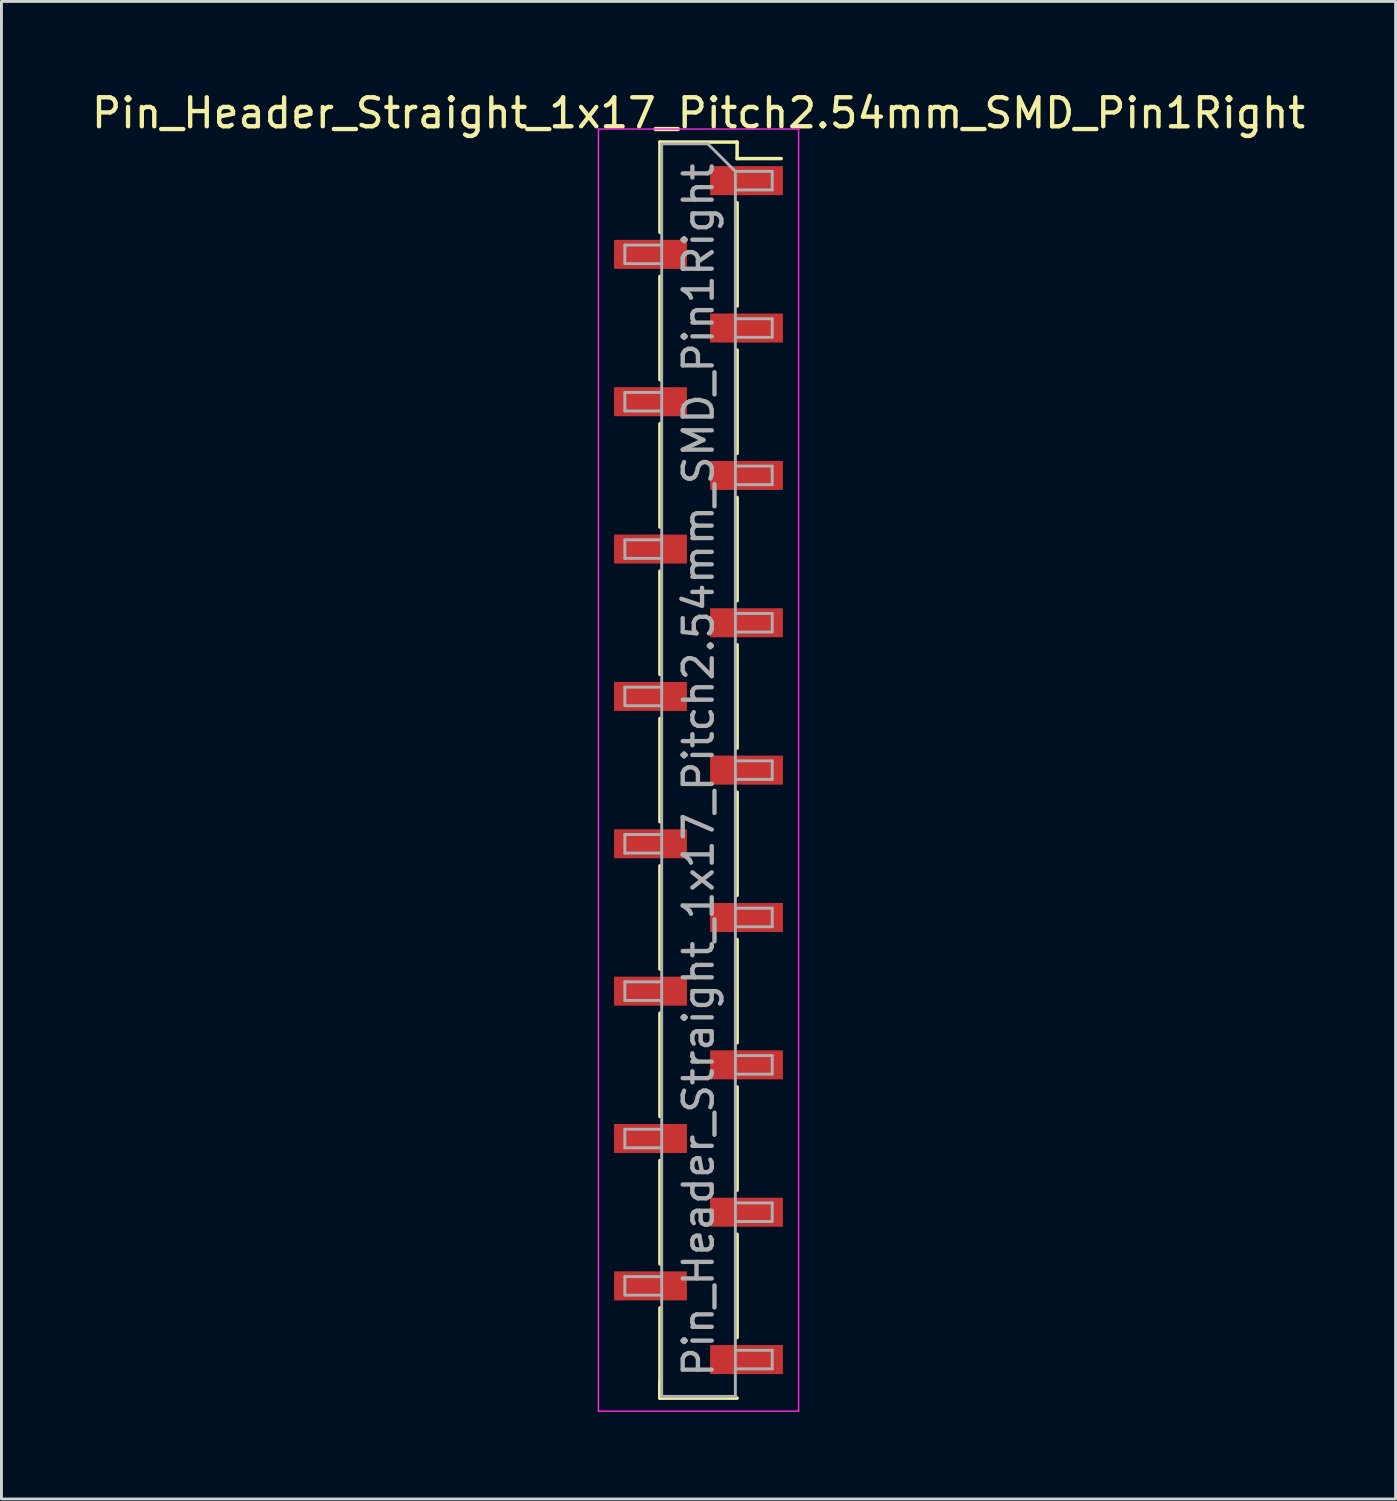
<source format=kicad_pcb>
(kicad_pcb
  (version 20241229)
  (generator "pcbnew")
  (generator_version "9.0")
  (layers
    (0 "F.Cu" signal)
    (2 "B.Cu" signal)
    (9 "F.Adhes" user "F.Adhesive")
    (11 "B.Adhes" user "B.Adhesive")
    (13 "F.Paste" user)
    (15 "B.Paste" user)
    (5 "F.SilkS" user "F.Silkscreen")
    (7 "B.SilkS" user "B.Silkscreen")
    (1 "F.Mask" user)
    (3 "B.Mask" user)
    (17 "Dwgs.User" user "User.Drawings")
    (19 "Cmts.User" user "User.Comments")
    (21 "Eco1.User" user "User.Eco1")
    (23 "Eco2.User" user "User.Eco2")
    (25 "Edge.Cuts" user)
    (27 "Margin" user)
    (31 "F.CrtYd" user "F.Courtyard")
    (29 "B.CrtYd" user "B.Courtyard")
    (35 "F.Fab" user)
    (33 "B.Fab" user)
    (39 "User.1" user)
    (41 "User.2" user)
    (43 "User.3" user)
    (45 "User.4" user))
  (footprint "Pin_Header_Straight_1x17_Pitch2.54mm_SMD_Pin1Right"
    (layer "F.Cu")
    (at 21.03 23.498)
    (property "Reference" "Pin_Header_Straight_1x17_Pitch2.54mm_SMD_Pin1Right" (at 0 -22.65 0) (layer "F.SilkS") (effects (font (size 1 1) (thickness 0.15))))
    (attr smd)
    (fp_line (start -1.33 -21.65) (end -1.33 -18.54) (stroke (width 0.12) (type solid)) (layer "F.SilkS"))
    (fp_line (start -1.33 -21.65) (end 1.33 -21.65) (stroke (width 0.12) (type solid)) (layer "F.SilkS"))
    (fp_line (start -1.33 -17.02) (end -1.33 -13.46) (stroke (width 0.12) (type solid)) (layer "F.SilkS"))
    (fp_line (start -1.33 -11.94) (end -1.33 -8.38) (stroke (width 0.12) (type solid)) (layer "F.SilkS"))
    (fp_line (start -1.33 -6.86) (end -1.33 -3.3) (stroke (width 0.12) (type solid)) (layer "F.SilkS"))
    (fp_line (start -1.33 -1.78) (end -1.33 1.78) (stroke (width 0.12) (type solid)) (layer "F.SilkS"))
    (fp_line (start -1.33 3.3) (end -1.33 6.86) (stroke (width 0.12) (type solid)) (layer "F.SilkS"))
    (fp_line (start -1.33 8.38) (end -1.33 11.94) (stroke (width 0.12) (type solid)) (layer "F.SilkS"))
    (fp_line (start -1.33 13.46) (end -1.33 17.02) (stroke (width 0.12) (type solid)) (layer "F.SilkS"))
    (fp_line (start -1.33 18.54) (end -1.33 21.65) (stroke (width 0.12) (type solid)) (layer "F.SilkS"))
    (fp_line (start -1.33 21.08) (end -1.33 21.65) (stroke (width 0.12) (type solid)) (layer "F.SilkS"))
    (fp_line (start -1.33 21.65) (end 1.33 21.65) (stroke (width 0.12) (type solid)) (layer "F.SilkS"))
    (fp_line (start 1.33 -21.65) (end 1.33 -21.08) (stroke (width 0.12) (type solid)) (layer "F.SilkS"))
    (fp_line (start 1.33 -21.08) (end 2.85 -21.08) (stroke (width 0.12) (type solid)) (layer "F.SilkS"))
    (fp_line (start 1.33 -19.56) (end 1.33 -16) (stroke (width 0.12) (type solid)) (layer "F.SilkS"))
    (fp_line (start 1.33 -14.48) (end 1.33 -10.92) (stroke (width 0.12) (type solid)) (layer "F.SilkS"))
    (fp_line (start 1.33 -9.4) (end 1.33 -5.84) (stroke (width 0.12) (type solid)) (layer "F.SilkS"))
    (fp_line (start 1.33 -4.32) (end 1.33 -0.76) (stroke (width 0.12) (type solid)) (layer "F.SilkS"))
    (fp_line (start 1.33 0.76) (end 1.33 4.32) (stroke (width 0.12) (type solid)) (layer "F.SilkS"))
    (fp_line (start 1.33 5.84) (end 1.33 9.4) (stroke (width 0.12) (type solid)) (layer "F.SilkS"))
    (fp_line (start 1.33 10.92) (end 1.33 14.48) (stroke (width 0.12) (type solid)) (layer "F.SilkS"))
    (fp_line (start 1.33 16) (end 1.33 19.56) (stroke (width 0.12) (type solid)) (layer "F.SilkS"))
    (fp_line (start -3.45 -22.1) (end -3.45 22.1) (stroke (width 0.05) (type solid)) (layer "F.CrtYd"))
    (fp_line (start -3.45 22.1) (end 3.45 22.1) (stroke (width 0.05) (type solid)) (layer "F.CrtYd"))
    (fp_line (start 3.45 -22.1) (end -3.45 -22.1) (stroke (width 0.05) (type solid)) (layer "F.CrtYd"))
    (fp_line (start 3.45 22.1) (end 3.45 -22.1) (stroke (width 0.05) (type solid)) (layer "F.CrtYd"))
    (fp_line (start -2.54 -18.1) (end -2.54 -17.46) (stroke (width 0.1) (type solid)) (layer "F.Fab"))
    (fp_line (start -2.54 -17.46) (end -1.27 -17.46) (stroke (width 0.1) (type solid)) (layer "F.Fab"))
    (fp_line (start -2.54 -13.02) (end -2.54 -12.38) (stroke (width 0.1) (type solid)) (layer "F.Fab"))
    (fp_line (start -2.54 -12.38) (end -1.27 -12.38) (stroke (width 0.1) (type solid)) (layer "F.Fab"))
    (fp_line (start -2.54 -7.94) (end -2.54 -7.3) (stroke (width 0.1) (type solid)) (layer "F.Fab"))
    (fp_line (start -2.54 -7.3) (end -1.27 -7.3) (stroke (width 0.1) (type solid)) (layer "F.Fab"))
    (fp_line (start -2.54 -2.86) (end -2.54 -2.22) (stroke (width 0.1) (type solid)) (layer "F.Fab"))
    (fp_line (start -2.54 -2.22) (end -1.27 -2.22) (stroke (width 0.1) (type solid)) (layer "F.Fab"))
    (fp_line (start -2.54 2.22) (end -2.54 2.86) (stroke (width 0.1) (type solid)) (layer "F.Fab"))
    (fp_line (start -2.54 2.86) (end -1.27 2.86) (stroke (width 0.1) (type solid)) (layer "F.Fab"))
    (fp_line (start -2.54 7.3) (end -2.54 7.94) (stroke (width 0.1) (type solid)) (layer "F.Fab"))
    (fp_line (start -2.54 7.94) (end -1.27 7.94) (stroke (width 0.1) (type solid)) (layer "F.Fab"))
    (fp_line (start -2.54 12.38) (end -2.54 13.02) (stroke (width 0.1) (type solid)) (layer "F.Fab"))
    (fp_line (start -2.54 13.02) (end -1.27 13.02) (stroke (width 0.1) (type solid)) (layer "F.Fab"))
    (fp_line (start -2.54 17.46) (end -2.54 18.1) (stroke (width 0.1) (type solid)) (layer "F.Fab"))
    (fp_line (start -2.54 18.1) (end -1.27 18.1) (stroke (width 0.1) (type solid)) (layer "F.Fab"))
    (fp_line (start -1.27 -21.59) (end -1.27 21.59) (stroke (width 0.1) (type solid)) (layer "F.Fab"))
    (fp_line (start -1.27 -21.59) (end 0.32 -21.59) (stroke (width 0.1) (type solid)) (layer "F.Fab"))
    (fp_line (start -1.27 -18.1) (end -2.54 -18.1) (stroke (width 0.1) (type solid)) (layer "F.Fab"))
    (fp_line (start -1.27 -13.02) (end -2.54 -13.02) (stroke (width 0.1) (type solid)) (layer "F.Fab"))
    (fp_line (start -1.27 -7.94) (end -2.54 -7.94) (stroke (width 0.1) (type solid)) (layer "F.Fab"))
    (fp_line (start -1.27 -2.86) (end -2.54 -2.86) (stroke (width 0.1) (type solid)) (layer "F.Fab"))
    (fp_line (start -1.27 2.22) (end -2.54 2.22) (stroke (width 0.1) (type solid)) (layer "F.Fab"))
    (fp_line (start -1.27 7.3) (end -2.54 7.3) (stroke (width 0.1) (type solid)) (layer "F.Fab"))
    (fp_line (start -1.27 12.38) (end -2.54 12.38) (stroke (width 0.1) (type solid)) (layer "F.Fab"))
    (fp_line (start -1.27 17.46) (end -2.54 17.46) (stroke (width 0.1) (type solid)) (layer "F.Fab"))
    (fp_line (start 1.27 -20.64) (end 0.32 -21.59) (stroke (width 0.1) (type solid)) (layer "F.Fab"))
    (fp_line (start 1.27 -20.64) (end 2.54 -20.64) (stroke (width 0.1) (type solid)) (layer "F.Fab"))
    (fp_line (start 1.27 -15.56) (end 2.54 -15.56) (stroke (width 0.1) (type solid)) (layer "F.Fab"))
    (fp_line (start 1.27 -10.48) (end 2.54 -10.48) (stroke (width 0.1) (type solid)) (layer "F.Fab"))
    (fp_line (start 1.27 -5.4) (end 2.54 -5.4) (stroke (width 0.1) (type solid)) (layer "F.Fab"))
    (fp_line (start 1.27 -0.32) (end 2.54 -0.32) (stroke (width 0.1) (type solid)) (layer "F.Fab"))
    (fp_line (start 1.27 4.76) (end 2.54 4.76) (stroke (width 0.1) (type solid)) (layer "F.Fab"))
    (fp_line (start 1.27 9.84) (end 2.54 9.84) (stroke (width 0.1) (type solid)) (layer "F.Fab"))
    (fp_line (start 1.27 14.92) (end 2.54 14.92) (stroke (width 0.1) (type solid)) (layer "F.Fab"))
    (fp_line (start 1.27 20) (end 2.54 20) (stroke (width 0.1) (type solid)) (layer "F.Fab"))
    (fp_line (start 1.27 21.59) (end -1.27 21.59) (stroke (width 0.1) (type solid)) (layer "F.Fab"))
    (fp_line (start 1.27 21.59) (end 1.27 -20.64) (stroke (width 0.1) (type solid)) (layer "F.Fab"))
    (fp_line (start 2.54 -20.64) (end 2.54 -20) (stroke (width 0.1) (type solid)) (layer "F.Fab"))
    (fp_line (start 2.54 -20) (end 1.27 -20) (stroke (width 0.1) (type solid)) (layer "F.Fab"))
    (fp_line (start 2.54 -15.56) (end 2.54 -14.92) (stroke (width 0.1) (type solid)) (layer "F.Fab"))
    (fp_line (start 2.54 -14.92) (end 1.27 -14.92) (stroke (width 0.1) (type solid)) (layer "F.Fab"))
    (fp_line (start 2.54 -10.48) (end 2.54 -9.84) (stroke (width 0.1) (type solid)) (layer "F.Fab"))
    (fp_line (start 2.54 -9.84) (end 1.27 -9.84) (stroke (width 0.1) (type solid)) (layer "F.Fab"))
    (fp_line (start 2.54 -5.4) (end 2.54 -4.76) (stroke (width 0.1) (type solid)) (layer "F.Fab"))
    (fp_line (start 2.54 -4.76) (end 1.27 -4.76) (stroke (width 0.1) (type solid)) (layer "F.Fab"))
    (fp_line (start 2.54 -0.32) (end 2.54 0.32) (stroke (width 0.1) (type solid)) (layer "F.Fab"))
    (fp_line (start 2.54 0.32) (end 1.27 0.32) (stroke (width 0.1) (type solid)) (layer "F.Fab"))
    (fp_line (start 2.54 4.76) (end 2.54 5.4) (stroke (width 0.1) (type solid)) (layer "F.Fab"))
    (fp_line (start 2.54 5.4) (end 1.27 5.4) (stroke (width 0.1) (type solid)) (layer "F.Fab"))
    (fp_line (start 2.54 9.84) (end 2.54 10.48) (stroke (width 0.1) (type solid)) (layer "F.Fab"))
    (fp_line (start 2.54 10.48) (end 1.27 10.48) (stroke (width 0.1) (type solid)) (layer "F.Fab"))
    (fp_line (start 2.54 14.92) (end 2.54 15.56) (stroke (width 0.1) (type solid)) (layer "F.Fab"))
    (fp_line (start 2.54 15.56) (end 1.27 15.56) (stroke (width 0.1) (type solid)) (layer "F.Fab"))
    (fp_line (start 2.54 20) (end 2.54 20.64) (stroke (width 0.1) (type solid)) (layer "F.Fab"))
    (fp_line (start 2.54 20.64) (end 1.27 20.64) (stroke (width 0.1) (type solid)) (layer "F.Fab"))
    (fp_text user "${REFERENCE}" (at 0 0 90) (layer "F.Fab") (effects (font (size 1 1) (thickness 0.15))))
    (pad "1" smd rect (at 1.655 -20.32) (size 2.51 1) (layers "F.Cu" "F.Mask" "F.Paste"))
    (pad "2" smd rect (at -1.655 -17.78) (size 2.51 1) (layers "F.Cu" "F.Mask" "F.Paste"))
    (pad "3" smd rect (at 1.655 -15.24) (size 2.51 1) (layers "F.Cu" "F.Mask" "F.Paste"))
    (pad "4" smd rect (at -1.655 -12.7) (size 2.51 1) (layers "F.Cu" "F.Mask" "F.Paste"))
    (pad "5" smd rect (at 1.655 -10.16) (size 2.51 1) (layers "F.Cu" "F.Mask" "F.Paste"))
    (pad "6" smd rect (at -1.655 -7.62) (size 2.51 1) (layers "F.Cu" "F.Mask" "F.Paste"))
    (pad "7" smd rect (at 1.655 -5.08) (size 2.51 1) (layers "F.Cu" "F.Mask" "F.Paste"))
    (pad "8" smd rect (at -1.655 -2.54) (size 2.51 1) (layers "F.Cu" "F.Mask" "F.Paste"))
    (pad "9" smd rect (at 1.655 0) (size 2.51 1) (layers "F.Cu" "F.Mask" "F.Paste"))
    (pad "10" smd rect (at -1.655 2.54) (size 2.51 1) (layers "F.Cu" "F.Mask" "F.Paste"))
    (pad "11" smd rect (at 1.655 5.08) (size 2.51 1) (layers "F.Cu" "F.Mask" "F.Paste"))
    (pad "12" smd rect (at -1.655 7.62) (size 2.51 1) (layers "F.Cu" "F.Mask" "F.Paste"))
    (pad "13" smd rect (at 1.655 10.16) (size 2.51 1) (layers "F.Cu" "F.Mask" "F.Paste"))
    (pad "14" smd rect (at -1.655 12.7) (size 2.51 1) (layers "F.Cu" "F.Mask" "F.Paste"))
    (pad "15" smd rect (at 1.655 15.24) (size 2.51 1) (layers "F.Cu" "F.Mask" "F.Paste"))
    (pad "16" smd rect (at -1.655 17.78) (size 2.51 1) (layers "F.Cu" "F.Mask" "F.Paste"))
    (pad "17" smd rect (at 1.655 20.32) (size 2.51 1) (layers "F.Cu" "F.Mask" "F.Paste")))
  (gr_rect
    (start -3 -3)
    (end 45.06 48.623)
    (stroke (width 0.1) (type default))
    (fill no)
    (layer "Edge.Cuts")))
</source>
